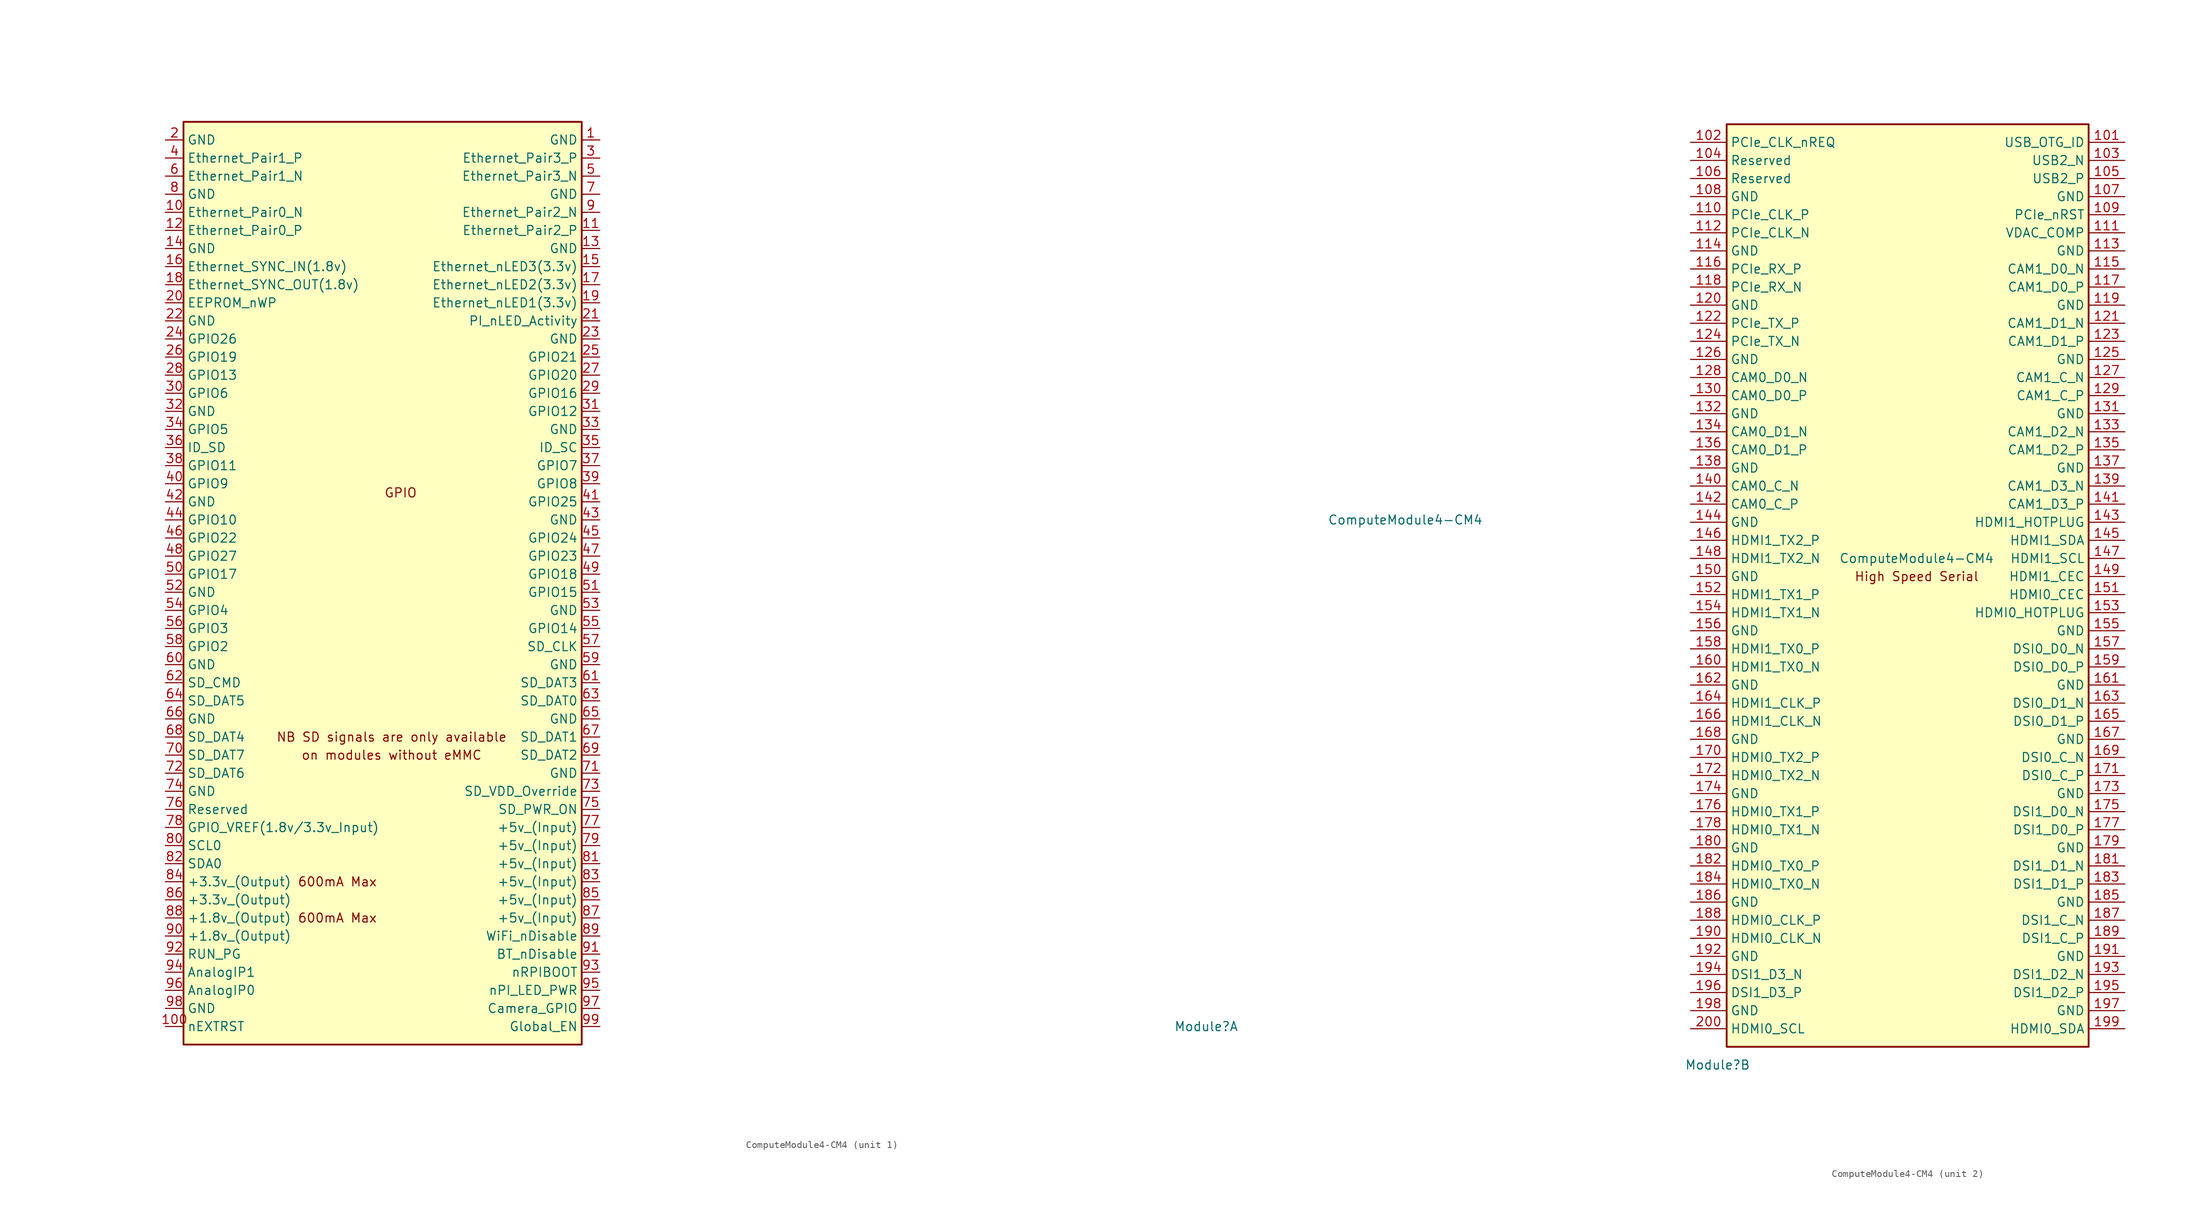
<source format=kicad_sym>
(kicad_symbol_lib
  (version 20201005)
  (generator kicad_symbol_editor)
  (symbol "PintryParts-Symbols:ComputeModule4-CM4"
    (property "Reference" "Module"
      (at 113.03 -68.58 0)
      (effects (font (size 1.27 1.27))))
    (property "Value" "ComputeModule4-CM4"
      (at 140.97 2.54 0)
      (effects (font (size 1.27 1.27))))
    (symbol "ComputeModule4-CM4_1_0"
      (text "GPIO" (at 0 6.35 0) (effects (font (size 1.27 1.27)))))
    (symbol "ComputeModule4-CM4_1_1"
      (text "600mA Max" (at -8.89 -53.34 0) (effects (font (size 1.27 1.27))))
      (text "600mA Max" (at -8.89 -48.26 0) (effects (font (size 1.27 1.27))))
      (text "NB SD signals are only available" (at -1.27 -27.94 0) (effects (font (size 1.27 1.27))))
      (text "on modules without eMMC" (at -1.27 -30.48 0) (effects (font (size 1.27 1.27))))
      (rectangle (start -30.48 -71.12) (end 25.4 58.42) (stroke (width 0.254)) (fill (type background)))
      (pin power_in line (at 27.94 55.88 180) (length 2.54) (name "GND" (effects (font (size 1.27 1.27)))) (number "1" (effects (font (size 1.27 1.27)))))
      (pin passive line (at -33.02 45.72 0) (length 2.54) (name "Ethernet_Pair0_N" (effects (font (size 1.27 1.27)))) (number "10" (effects (font (size 1.27 1.27)))))
      (pin output line (at -33.02 -68.58 0) (length 2.54) (name "nEXTRST" (effects (font (size 1.27 1.27)))) (number "100" (effects (font (size 1.27 1.27)))))
      (pin passive line (at 27.94 43.18 180) (length 2.54) (name "Ethernet_Pair2_P" (effects (font (size 1.27 1.27)))) (number "11" (effects (font (size 1.27 1.27)))))
      (pin passive line (at -33.02 43.18 0) (length 2.54) (name "Ethernet_Pair0_P" (effects (font (size 1.27 1.27)))) (number "12" (effects (font (size 1.27 1.27)))))
      (pin power_in line (at 27.94 40.64 180) (length 2.54) (name "GND" (effects (font (size 1.27 1.27)))) (number "13" (effects (font (size 1.27 1.27)))))
      (pin power_in line (at -33.02 40.64 0) (length 2.54) (name "GND" (effects (font (size 1.27 1.27)))) (number "14" (effects (font (size 1.27 1.27)))))
      (pin output line (at 27.94 38.1 180) (length 2.54) (name "Ethernet_nLED3(3.3v)" (effects (font (size 1.27 1.27)))) (number "15" (effects (font (size 1.27 1.27)))))
      (pin input line (at -33.02 38.1 0) (length 2.54) (name "Ethernet_SYNC_IN(1.8v)" (effects (font (size 1.27 1.27)))) (number "16" (effects (font (size 1.27 1.27)))))
      (pin output line (at 27.94 35.56 180) (length 2.54) (name "Ethernet_nLED2(3.3v)" (effects (font (size 1.27 1.27)))) (number "17" (effects (font (size 1.27 1.27)))))
      (pin input line (at -33.02 35.56 0) (length 2.54) (name "Ethernet_SYNC_OUT(1.8v)" (effects (font (size 1.27 1.27)))) (number "18" (effects (font (size 1.27 1.27)))))
      (pin output line (at 27.94 33.02 180) (length 2.54) (name "Ethernet_nLED1(3.3v)" (effects (font (size 1.27 1.27)))) (number "19" (effects (font (size 1.27 1.27)))))
      (pin power_in line (at -33.02 55.88 0) (length 2.54) (name "GND" (effects (font (size 1.27 1.27)))) (number "2" (effects (font (size 1.27 1.27)))))
      (pin passive line (at -33.02 33.02 0) (length 2.54) (name "EEPROM_nWP" (effects (font (size 1.27 1.27)))) (number "20" (effects (font (size 1.27 1.27)))))
      (pin open_collector line (at 27.94 30.48 180) (length 2.54) (name "PI_nLED_Activity" (effects (font (size 1.27 1.27)))) (number "21" (effects (font (size 1.27 1.27)))))
      (pin power_in line (at -33.02 30.48 0) (length 2.54) (name "GND" (effects (font (size 1.27 1.27)))) (number "22" (effects (font (size 1.27 1.27)))))
      (pin power_in line (at 27.94 27.94 180) (length 2.54) (name "GND" (effects (font (size 1.27 1.27)))) (number "23" (effects (font (size 1.27 1.27)))))
      (pin passive line (at -33.02 27.94 0) (length 2.54) (name "GPIO26" (effects (font (size 1.27 1.27)))) (number "24" (effects (font (size 1.27 1.27)))))
      (pin passive line (at 27.94 25.4 180) (length 2.54) (name "GPIO21" (effects (font (size 1.27 1.27)))) (number "25" (effects (font (size 1.27 1.27)))))
      (pin passive line (at -33.02 25.4 0) (length 2.54) (name "GPIO19" (effects (font (size 1.27 1.27)))) (number "26" (effects (font (size 1.27 1.27)))))
      (pin passive line (at 27.94 22.86 180) (length 2.54) (name "GPIO20" (effects (font (size 1.27 1.27)))) (number "27" (effects (font (size 1.27 1.27)))))
      (pin passive line (at -33.02 22.86 0) (length 2.54) (name "GPIO13" (effects (font (size 1.27 1.27)))) (number "28" (effects (font (size 1.27 1.27)))))
      (pin passive line (at 27.94 20.32 180) (length 2.54) (name "GPIO16" (effects (font (size 1.27 1.27)))) (number "29" (effects (font (size 1.27 1.27)))))
      (pin passive line (at 27.94 53.34 180) (length 2.54) (name "Ethernet_Pair3_P" (effects (font (size 1.27 1.27)))) (number "3" (effects (font (size 1.27 1.27)))))
      (pin passive line (at -33.02 20.32 0) (length 2.54) (name "GPIO6" (effects (font (size 1.27 1.27)))) (number "30" (effects (font (size 1.27 1.27)))))
      (pin passive line (at 27.94 17.78 180) (length 2.54) (name "GPIO12" (effects (font (size 1.27 1.27)))) (number "31" (effects (font (size 1.27 1.27)))))
      (pin power_in line (at -33.02 17.78 0) (length 2.54) (name "GND" (effects (font (size 1.27 1.27)))) (number "32" (effects (font (size 1.27 1.27)))))
      (pin power_in line (at 27.94 15.24 180) (length 2.54) (name "GND" (effects (font (size 1.27 1.27)))) (number "33" (effects (font (size 1.27 1.27)))))
      (pin passive line (at -33.02 15.24 0) (length 2.54) (name "GPIO5" (effects (font (size 1.27 1.27)))) (number "34" (effects (font (size 1.27 1.27)))))
      (pin passive line (at 27.94 12.7 180) (length 2.54) (name "ID_SC" (effects (font (size 1.27 1.27)))) (number "35" (effects (font (size 1.27 1.27)))))
      (pin passive line (at -33.02 12.7 0) (length 2.54) (name "ID_SD" (effects (font (size 1.27 1.27)))) (number "36" (effects (font (size 1.27 1.27)))))
      (pin passive line (at 27.94 10.16 180) (length 2.54) (name "GPIO7" (effects (font (size 1.27 1.27)))) (number "37" (effects (font (size 1.27 1.27)))))
      (pin passive line (at -33.02 10.16 0) (length 2.54) (name "GPIO11" (effects (font (size 1.27 1.27)))) (number "38" (effects (font (size 1.27 1.27)))))
      (pin passive line (at 27.94 7.62 180) (length 2.54) (name "GPIO8" (effects (font (size 1.27 1.27)))) (number "39" (effects (font (size 1.27 1.27)))))
      (pin passive line (at -33.02 53.34 0) (length 2.54) (name "Ethernet_Pair1_P" (effects (font (size 1.27 1.27)))) (number "4" (effects (font (size 1.27 1.27)))))
      (pin passive line (at -33.02 7.62 0) (length 2.54) (name "GPIO9" (effects (font (size 1.27 1.27)))) (number "40" (effects (font (size 1.27 1.27)))))
      (pin passive line (at 27.94 5.08 180) (length 2.54) (name "GPIO25" (effects (font (size 1.27 1.27)))) (number "41" (effects (font (size 1.27 1.27)))))
      (pin power_in line (at -33.02 5.08 0) (length 2.54) (name "GND" (effects (font (size 1.27 1.27)))) (number "42" (effects (font (size 1.27 1.27)))))
      (pin power_in line (at 27.94 2.54 180) (length 2.54) (name "GND" (effects (font (size 1.27 1.27)))) (number "43" (effects (font (size 1.27 1.27)))))
      (pin passive line (at -33.02 2.54 0) (length 2.54) (name "GPIO10" (effects (font (size 1.27 1.27)))) (number "44" (effects (font (size 1.27 1.27)))))
      (pin passive line (at 27.94 0 180) (length 2.54) (name "GPIO24" (effects (font (size 1.27 1.27)))) (number "45" (effects (font (size 1.27 1.27)))))
      (pin passive line (at -33.02 0 0) (length 2.54) (name "GPIO22" (effects (font (size 1.27 1.27)))) (number "46" (effects (font (size 1.27 1.27)))))
      (pin passive line (at 27.94 -2.54 180) (length 2.54) (name "GPIO23" (effects (font (size 1.27 1.27)))) (number "47" (effects (font (size 1.27 1.27)))))
      (pin passive line (at -33.02 -2.54 0) (length 2.54) (name "GPIO27" (effects (font (size 1.27 1.27)))) (number "48" (effects (font (size 1.27 1.27)))))
      (pin passive line (at 27.94 -5.08 180) (length 2.54) (name "GPIO18" (effects (font (size 1.27 1.27)))) (number "49" (effects (font (size 1.27 1.27)))))
      (pin passive line (at 27.94 50.8 180) (length 2.54) (name "Ethernet_Pair3_N" (effects (font (size 1.27 1.27)))) (number "5" (effects (font (size 1.27 1.27)))))
      (pin passive line (at -33.02 -5.08 0) (length 2.54) (name "GPIO17" (effects (font (size 1.27 1.27)))) (number "50" (effects (font (size 1.27 1.27)))))
      (pin passive line (at 27.94 -7.62 180) (length 2.54) (name "GPIO15" (effects (font (size 1.27 1.27)))) (number "51" (effects (font (size 1.27 1.27)))))
      (pin power_in line (at -33.02 -7.62 0) (length 2.54) (name "GND" (effects (font (size 1.27 1.27)))) (number "52" (effects (font (size 1.27 1.27)))))
      (pin power_in line (at 27.94 -10.16 180) (length 2.54) (name "GND" (effects (font (size 1.27 1.27)))) (number "53" (effects (font (size 1.27 1.27)))))
      (pin passive line (at -33.02 -10.16 0) (length 2.54) (name "GPIO4" (effects (font (size 1.27 1.27)))) (number "54" (effects (font (size 1.27 1.27)))))
      (pin passive line (at 27.94 -12.7 180) (length 2.54) (name "GPIO14" (effects (font (size 1.27 1.27)))) (number "55" (effects (font (size 1.27 1.27)))))
      (pin passive line (at -33.02 -12.7 0) (length 2.54) (name "GPIO3" (effects (font (size 1.27 1.27)))) (number "56" (effects (font (size 1.27 1.27)))))
      (pin passive line (at 27.94 -15.24 180) (length 2.54) (name "SD_CLK" (effects (font (size 1.27 1.27)))) (number "57" (effects (font (size 1.27 1.27)))))
      (pin passive line (at -33.02 -15.24 0) (length 2.54) (name "GPIO2" (effects (font (size 1.27 1.27)))) (number "58" (effects (font (size 1.27 1.27)))))
      (pin power_in line (at 27.94 -17.78 180) (length 2.54) (name "GND" (effects (font (size 1.27 1.27)))) (number "59" (effects (font (size 1.27 1.27)))))
      (pin passive line (at -33.02 50.8 0) (length 2.54) (name "Ethernet_Pair1_N" (effects (font (size 1.27 1.27)))) (number "6" (effects (font (size 1.27 1.27)))))
      (pin power_in line (at -33.02 -17.78 0) (length 2.54) (name "GND" (effects (font (size 1.27 1.27)))) (number "60" (effects (font (size 1.27 1.27)))))
      (pin passive line (at 27.94 -20.32 180) (length 2.54) (name "SD_DAT3" (effects (font (size 1.27 1.27)))) (number "61" (effects (font (size 1.27 1.27)))))
      (pin passive line (at -33.02 -20.32 0) (length 2.54) (name "SD_CMD" (effects (font (size 1.27 1.27)))) (number "62" (effects (font (size 1.27 1.27)))))
      (pin passive line (at 27.94 -22.86 180) (length 2.54) (name "SD_DAT0" (effects (font (size 1.27 1.27)))) (number "63" (effects (font (size 1.27 1.27)))))
      (pin passive line (at -33.02 -22.86 0) (length 2.54) (name "SD_DAT5" (effects (font (size 1.27 1.27)))) (number "64" (effects (font (size 1.27 1.27)))))
      (pin power_in line (at 27.94 -25.4 180) (length 2.54) (name "GND" (effects (font (size 1.27 1.27)))) (number "65" (effects (font (size 1.27 1.27)))))
      (pin power_in line (at -33.02 -25.4 0) (length 2.54) (name "GND" (effects (font (size 1.27 1.27)))) (number "66" (effects (font (size 1.27 1.27)))))
      (pin passive line (at 27.94 -27.94 180) (length 2.54) (name "SD_DAT1" (effects (font (size 1.27 1.27)))) (number "67" (effects (font (size 1.27 1.27)))))
      (pin passive line (at -33.02 -27.94 0) (length 2.54) (name "SD_DAT4" (effects (font (size 1.27 1.27)))) (number "68" (effects (font (size 1.27 1.27)))))
      (pin passive line (at 27.94 -30.48 180) (length 2.54) (name "SD_DAT2" (effects (font (size 1.27 1.27)))) (number "69" (effects (font (size 1.27 1.27)))))
      (pin power_in line (at 27.94 48.26 180) (length 2.54) (name "GND" (effects (font (size 1.27 1.27)))) (number "7" (effects (font (size 1.27 1.27)))))
      (pin passive line (at -33.02 -30.48 0) (length 2.54) (name "SD_DAT7" (effects (font (size 1.27 1.27)))) (number "70" (effects (font (size 1.27 1.27)))))
      (pin power_in line (at 27.94 -33.02 180) (length 2.54) (name "GND" (effects (font (size 1.27 1.27)))) (number "71" (effects (font (size 1.27 1.27)))))
      (pin passive line (at -33.02 -33.02 0) (length 2.54) (name "SD_DAT6" (effects (font (size 1.27 1.27)))) (number "72" (effects (font (size 1.27 1.27)))))
      (pin input line (at 27.94 -35.56 180) (length 2.54) (name "SD_VDD_Override" (effects (font (size 1.27 1.27)))) (number "73" (effects (font (size 1.27 1.27)))))
      (pin power_in line (at -33.02 -35.56 0) (length 2.54) (name "GND" (effects (font (size 1.27 1.27)))) (number "74" (effects (font (size 1.27 1.27)))))
      (pin output line (at 27.94 -38.1 180) (length 2.54) (name "SD_PWR_ON" (effects (font (size 1.27 1.27)))) (number "75" (effects (font (size 1.27 1.27)))))
      (pin passive line (at -33.02 -38.1 0) (length 2.54) (name "Reserved" (effects (font (size 1.27 1.27)))) (number "76" (effects (font (size 1.27 1.27)))))
      (pin power_in line (at 27.94 -40.64 180) (length 2.54) (name "+5v_(Input)" (effects (font (size 1.27 1.27)))) (number "77" (effects (font (size 1.27 1.27)))))
      (pin power_in line (at -33.02 -40.64 0) (length 2.54) (name "GPIO_VREF(1.8v/3.3v_Input)" (effects (font (size 1.27 1.27)))) (number "78" (effects (font (size 1.27 1.27)))))
      (pin power_in line (at 27.94 -43.18 180) (length 2.54) (name "+5v_(Input)" (effects (font (size 1.27 1.27)))) (number "79" (effects (font (size 1.27 1.27)))))
      (pin power_in line (at -33.02 48.26 0) (length 2.54) (name "GND" (effects (font (size 1.27 1.27)))) (number "8" (effects (font (size 1.27 1.27)))))
      (pin passive line (at -33.02 -43.18 0) (length 2.54) (name "SCL0" (effects (font (size 1.27 1.27)))) (number "80" (effects (font (size 1.27 1.27)))))
      (pin power_in line (at 27.94 -45.72 180) (length 2.54) (name "+5v_(Input)" (effects (font (size 1.27 1.27)))) (number "81" (effects (font (size 1.27 1.27)))))
      (pin passive line (at -33.02 -45.72 0) (length 2.54) (name "SDA0" (effects (font (size 1.27 1.27)))) (number "82" (effects (font (size 1.27 1.27)))))
      (pin power_in line (at 27.94 -48.26 180) (length 2.54) (name "+5v_(Input)" (effects (font (size 1.27 1.27)))) (number "83" (effects (font (size 1.27 1.27)))))
      (pin power_out line (at -33.02 -48.26 0) (length 2.54) (name "+3.3v_(Output)" (effects (font (size 1.27 1.27)))) (number "84" (effects (font (size 1.27 1.27)))))
      (pin power_in line (at 27.94 -50.8 180) (length 2.54) (name "+5v_(Input)" (effects (font (size 1.27 1.27)))) (number "85" (effects (font (size 1.27 1.27)))))
      (pin power_out line (at -33.02 -50.8 0) (length 2.54) (name "+3.3v_(Output)" (effects (font (size 1.27 1.27)))) (number "86" (effects (font (size 1.27 1.27)))))
      (pin power_in line (at 27.94 -53.34 180) (length 2.54) (name "+5v_(Input)" (effects (font (size 1.27 1.27)))) (number "87" (effects (font (size 1.27 1.27)))))
      (pin power_out line (at -33.02 -53.34 0) (length 2.54) (name "+1.8v_(Output)" (effects (font (size 1.27 1.27)))) (number "88" (effects (font (size 1.27 1.27)))))
      (pin power_in line (at 27.94 -55.88 180) (length 2.54) (name "WiFi_nDisable" (effects (font (size 1.27 1.27)))) (number "89" (effects (font (size 1.27 1.27)))))
      (pin passive line (at 27.94 45.72 180) (length 2.54) (name "Ethernet_Pair2_N" (effects (font (size 1.27 1.27)))) (number "9" (effects (font (size 1.27 1.27)))))
      (pin power_out line (at -33.02 -55.88 0) (length 2.54) (name "+1.8v_(Output)" (effects (font (size 1.27 1.27)))) (number "90" (effects (font (size 1.27 1.27)))))
      (pin power_in line (at 27.94 -58.42 180) (length 2.54) (name "BT_nDisable" (effects (font (size 1.27 1.27)))) (number "91" (effects (font (size 1.27 1.27)))))
      (pin passive line (at -33.02 -58.42 0) (length 2.54) (name "RUN_PG" (effects (font (size 1.27 1.27)))) (number "92" (effects (font (size 1.27 1.27)))))
      (pin input line (at 27.94 -60.96 180) (length 2.54) (name "nRPIBOOT" (effects (font (size 1.27 1.27)))) (number "93" (effects (font (size 1.27 1.27)))))
      (pin passive line (at -33.02 -60.96 0) (length 2.54) (name "AnalogIP1" (effects (font (size 1.27 1.27)))) (number "94" (effects (font (size 1.27 1.27)))))
      (pin output line (at 27.94 -63.5 180) (length 2.54) (name "nPI_LED_PWR" (effects (font (size 1.27 1.27)))) (number "95" (effects (font (size 1.27 1.27)))))
      (pin passive line (at -33.02 -63.5 0) (length 2.54) (name "AnalogIP0" (effects (font (size 1.27 1.27)))) (number "96" (effects (font (size 1.27 1.27)))))
      (pin passive line (at 27.94 -66.04 180) (length 2.54) (name "Camera_GPIO" (effects (font (size 1.27 1.27)))) (number "97" (effects (font (size 1.27 1.27)))))
      (pin power_in line (at -33.02 -66.04 0) (length 2.54) (name "GND" (effects (font (size 1.27 1.27)))) (number "98" (effects (font (size 1.27 1.27)))))
      (pin input line (at 27.94 -68.58 180) (length 2.54) (name "Global_EN" (effects (font (size 1.27 1.27)))) (number "99" (effects (font (size 1.27 1.27))))))
    (symbol "ComputeModule4-CM4_2_1"
      (text "High Speed Serial" (at 140.97 0 0) (effects (font (size 1.27 1.27))))
      (rectangle (start 114.3 -66.04) (end 165.1 63.5) (stroke (width 0.254)) (fill (type background)))
      (pin input line (at 170.18 60.96 180) (length 5.08) (name "USB_OTG_ID" (effects (font (size 1.27 1.27)))) (number "101" (effects (font (size 1.27 1.27)))))
      (pin input line (at 109.22 60.96 0) (length 5.08) (name "PCIe_CLK_nREQ" (effects (font (size 1.27 1.27)))) (number "102" (effects (font (size 1.27 1.27)))))
      (pin passive line (at 170.18 58.42 180) (length 5.08) (name "USB2_N" (effects (font (size 1.27 1.27)))) (number "103" (effects (font (size 1.27 1.27)))))
      (pin passive line (at 109.22 58.42 0) (length 5.08) (name "Reserved" (effects (font (size 1.27 1.27)))) (number "104" (effects (font (size 1.27 1.27)))))
      (pin passive line (at 170.18 55.88 180) (length 5.08) (name "USB2_P" (effects (font (size 1.27 1.27)))) (number "105" (effects (font (size 1.27 1.27)))))
      (pin passive line (at 109.22 55.88 0) (length 5.08) (name "Reserved" (effects (font (size 1.27 1.27)))) (number "106" (effects (font (size 1.27 1.27)))))
      (pin power_in line (at 170.18 53.34 180) (length 5.08) (name "GND" (effects (font (size 1.27 1.27)))) (number "107" (effects (font (size 1.27 1.27)))))
      (pin power_in line (at 109.22 53.34 0) (length 5.08) (name "GND" (effects (font (size 1.27 1.27)))) (number "108" (effects (font (size 1.27 1.27)))))
      (pin bidirectional line (at 170.18 50.8 180) (length 5.08) (name "PCIe_nRST" (effects (font (size 1.27 1.27)))) (number "109" (effects (font (size 1.27 1.27)))))
      (pin output line (at 109.22 50.8 0) (length 5.08) (name "PCIe_CLK_P" (effects (font (size 1.27 1.27)))) (number "110" (effects (font (size 1.27 1.27)))))
      (pin passive line (at 170.18 48.26 180) (length 5.08) (name "VDAC_COMP" (effects (font (size 1.27 1.27)))) (number "111" (effects (font (size 1.27 1.27)))))
      (pin output line (at 109.22 48.26 0) (length 5.08) (name "PCIe_CLK_N" (effects (font (size 1.27 1.27)))) (number "112" (effects (font (size 1.27 1.27)))))
      (pin power_in line (at 170.18 45.72 180) (length 5.08) (name "GND" (effects (font (size 1.27 1.27)))) (number "113" (effects (font (size 1.27 1.27)))))
      (pin power_in line (at 109.22 45.72 0) (length 5.08) (name "GND" (effects (font (size 1.27 1.27)))) (number "114" (effects (font (size 1.27 1.27)))))
      (pin input line (at 170.18 43.18 180) (length 5.08) (name "CAM1_D0_N" (effects (font (size 1.27 1.27)))) (number "115" (effects (font (size 1.27 1.27)))))
      (pin input line (at 109.22 43.18 0) (length 5.08) (name "PCIe_RX_P" (effects (font (size 1.27 1.27)))) (number "116" (effects (font (size 1.27 1.27)))))
      (pin input line (at 170.18 40.64 180) (length 5.08) (name "CAM1_D0_P" (effects (font (size 1.27 1.27)))) (number "117" (effects (font (size 1.27 1.27)))))
      (pin input line (at 109.22 40.64 0) (length 5.08) (name "PCIe_RX_N" (effects (font (size 1.27 1.27)))) (number "118" (effects (font (size 1.27 1.27)))))
      (pin power_in line (at 170.18 38.1 180) (length 5.08) (name "GND" (effects (font (size 1.27 1.27)))) (number "119" (effects (font (size 1.27 1.27)))))
      (pin power_in line (at 109.22 38.1 0) (length 5.08) (name "GND" (effects (font (size 1.27 1.27)))) (number "120" (effects (font (size 1.27 1.27)))))
      (pin input line (at 170.18 35.56 180) (length 5.08) (name "CAM1_D1_N" (effects (font (size 1.27 1.27)))) (number "121" (effects (font (size 1.27 1.27)))))
      (pin output line (at 109.22 35.56 0) (length 5.08) (name "PCIe_TX_P" (effects (font (size 1.27 1.27)))) (number "122" (effects (font (size 1.27 1.27)))))
      (pin input line (at 170.18 33.02 180) (length 5.08) (name "CAM1_D1_P" (effects (font (size 1.27 1.27)))) (number "123" (effects (font (size 1.27 1.27)))))
      (pin output line (at 109.22 33.02 0) (length 5.08) (name "PCIe_TX_N" (effects (font (size 1.27 1.27)))) (number "124" (effects (font (size 1.27 1.27)))))
      (pin power_in line (at 170.18 30.48 180) (length 5.08) (name "GND" (effects (font (size 1.27 1.27)))) (number "125" (effects (font (size 1.27 1.27)))))
      (pin power_in line (at 109.22 30.48 0) (length 5.08) (name "GND" (effects (font (size 1.27 1.27)))) (number "126" (effects (font (size 1.27 1.27)))))
      (pin input line (at 170.18 27.94 180) (length 5.08) (name "CAM1_C_N" (effects (font (size 1.27 1.27)))) (number "127" (effects (font (size 1.27 1.27)))))
      (pin input line (at 109.22 27.94 0) (length 5.08) (name "CAM0_D0_N" (effects (font (size 1.27 1.27)))) (number "128" (effects (font (size 1.27 1.27)))))
      (pin input line (at 170.18 25.4 180) (length 5.08) (name "CAM1_C_P" (effects (font (size 1.27 1.27)))) (number "129" (effects (font (size 1.27 1.27)))))
      (pin input line (at 109.22 25.4 0) (length 5.08) (name "CAM0_D0_P" (effects (font (size 1.27 1.27)))) (number "130" (effects (font (size 1.27 1.27)))))
      (pin power_in line (at 170.18 22.86 180) (length 5.08) (name "GND" (effects (font (size 1.27 1.27)))) (number "131" (effects (font (size 1.27 1.27)))))
      (pin power_in line (at 109.22 22.86 0) (length 5.08) (name "GND" (effects (font (size 1.27 1.27)))) (number "132" (effects (font (size 1.27 1.27)))))
      (pin input line (at 170.18 20.32 180) (length 5.08) (name "CAM1_D2_N" (effects (font (size 1.27 1.27)))) (number "133" (effects (font (size 1.27 1.27)))))
      (pin input line (at 109.22 20.32 0) (length 5.08) (name "CAM0_D1_N" (effects (font (size 1.27 1.27)))) (number "134" (effects (font (size 1.27 1.27)))))
      (pin input line (at 170.18 17.78 180) (length 5.08) (name "CAM1_D2_P" (effects (font (size 1.27 1.27)))) (number "135" (effects (font (size 1.27 1.27)))))
      (pin input line (at 109.22 17.78 0) (length 5.08) (name "CAM0_D1_P" (effects (font (size 1.27 1.27)))) (number "136" (effects (font (size 1.27 1.27)))))
      (pin power_in line (at 170.18 15.24 180) (length 5.08) (name "GND" (effects (font (size 1.27 1.27)))) (number "137" (effects (font (size 1.27 1.27)))))
      (pin power_in line (at 109.22 15.24 0) (length 5.08) (name "GND" (effects (font (size 1.27 1.27)))) (number "138" (effects (font (size 1.27 1.27)))))
      (pin input line (at 170.18 12.7 180) (length 5.08) (name "CAM1_D3_N" (effects (font (size 1.27 1.27)))) (number "139" (effects (font (size 1.27 1.27)))))
      (pin input line (at 109.22 12.7 0) (length 5.08) (name "CAM0_C_N" (effects (font (size 1.27 1.27)))) (number "140" (effects (font (size 1.27 1.27)))))
      (pin input line (at 170.18 10.16 180) (length 5.08) (name "CAM1_D3_P" (effects (font (size 1.27 1.27)))) (number "141" (effects (font (size 1.27 1.27)))))
      (pin input line (at 109.22 10.16 0) (length 5.08) (name "CAM0_C_P" (effects (font (size 1.27 1.27)))) (number "142" (effects (font (size 1.27 1.27)))))
      (pin input line (at 170.18 7.62 180) (length 5.08) (name "HDMI1_HOTPLUG" (effects (font (size 1.27 1.27)))) (number "143" (effects (font (size 1.27 1.27)))))
      (pin power_in line (at 109.22 7.62 0) (length 5.08) (name "GND" (effects (font (size 1.27 1.27)))) (number "144" (effects (font (size 1.27 1.27)))))
      (pin bidirectional line (at 170.18 5.08 180) (length 5.08) (name "HDMI1_SDA" (effects (font (size 1.27 1.27)))) (number "145" (effects (font (size 1.27 1.27)))))
      (pin output line (at 109.22 5.08 0) (length 5.08) (name "HDMI1_TX2_P" (effects (font (size 1.27 1.27)))) (number "146" (effects (font (size 1.27 1.27)))))
      (pin open_collector line (at 170.18 2.54 180) (length 5.08) (name "HDMI1_SCL" (effects (font (size 1.27 1.27)))) (number "147" (effects (font (size 1.27 1.27)))))
      (pin output line (at 109.22 2.54 0) (length 5.08) (name "HDMI1_TX2_N" (effects (font (size 1.27 1.27)))) (number "148" (effects (font (size 1.27 1.27)))))
      (pin open_collector line (at 170.18 0 180) (length 5.08) (name "HDMI1_CEC" (effects (font (size 1.27 1.27)))) (number "149" (effects (font (size 1.27 1.27)))))
      (pin power_in line (at 109.22 0 0) (length 5.08) (name "GND" (effects (font (size 1.27 1.27)))) (number "150" (effects (font (size 1.27 1.27)))))
      (pin open_collector line (at 170.18 -2.54 180) (length 5.08) (name "HDMI0_CEC" (effects (font (size 1.27 1.27)))) (number "151" (effects (font (size 1.27 1.27)))))
      (pin output line (at 109.22 -2.54 0) (length 5.08) (name "HDMI1_TX1_P" (effects (font (size 1.27 1.27)))) (number "152" (effects (font (size 1.27 1.27)))))
      (pin input line (at 170.18 -5.08 180) (length 5.08) (name "HDMI0_HOTPLUG" (effects (font (size 1.27 1.27)))) (number "153" (effects (font (size 1.27 1.27)))))
      (pin output line (at 109.22 -5.08 0) (length 5.08) (name "HDMI1_TX1_N" (effects (font (size 1.27 1.27)))) (number "154" (effects (font (size 1.27 1.27)))))
      (pin power_in line (at 170.18 -7.62 180) (length 5.08) (name "GND" (effects (font (size 1.27 1.27)))) (number "155" (effects (font (size 1.27 1.27)))))
      (pin power_in line (at 109.22 -7.62 0) (length 5.08) (name "GND" (effects (font (size 1.27 1.27)))) (number "156" (effects (font (size 1.27 1.27)))))
      (pin output line (at 170.18 -10.16 180) (length 5.08) (name "DSI0_D0_N" (effects (font (size 1.27 1.27)))) (number "157" (effects (font (size 1.27 1.27)))))
      (pin output line (at 109.22 -10.16 0) (length 5.08) (name "HDMI1_TX0_P" (effects (font (size 1.27 1.27)))) (number "158" (effects (font (size 1.27 1.27)))))
      (pin output line (at 170.18 -12.7 180) (length 5.08) (name "DSI0_D0_P" (effects (font (size 1.27 1.27)))) (number "159" (effects (font (size 1.27 1.27)))))
      (pin output line (at 109.22 -12.7 0) (length 5.08) (name "HDMI1_TX0_N" (effects (font (size 1.27 1.27)))) (number "160" (effects (font (size 1.27 1.27)))))
      (pin power_in line (at 170.18 -15.24 180) (length 5.08) (name "GND" (effects (font (size 1.27 1.27)))) (number "161" (effects (font (size 1.27 1.27)))))
      (pin power_in line (at 109.22 -15.24 0) (length 5.08) (name "GND" (effects (font (size 1.27 1.27)))) (number "162" (effects (font (size 1.27 1.27)))))
      (pin output line (at 170.18 -17.78 180) (length 5.08) (name "DSI0_D1_N" (effects (font (size 1.27 1.27)))) (number "163" (effects (font (size 1.27 1.27)))))
      (pin output line (at 109.22 -17.78 0) (length 5.08) (name "HDMI1_CLK_P" (effects (font (size 1.27 1.27)))) (number "164" (effects (font (size 1.27 1.27)))))
      (pin output line (at 170.18 -20.32 180) (length 5.08) (name "DSI0_D1_P" (effects (font (size 1.27 1.27)))) (number "165" (effects (font (size 1.27 1.27)))))
      (pin output line (at 109.22 -20.32 0) (length 5.08) (name "HDMI1_CLK_N" (effects (font (size 1.27 1.27)))) (number "166" (effects (font (size 1.27 1.27)))))
      (pin power_in line (at 170.18 -22.86 180) (length 5.08) (name "GND" (effects (font (size 1.27 1.27)))) (number "167" (effects (font (size 1.27 1.27)))))
      (pin power_in line (at 109.22 -22.86 0) (length 5.08) (name "GND" (effects (font (size 1.27 1.27)))) (number "168" (effects (font (size 1.27 1.27)))))
      (pin output line (at 170.18 -25.4 180) (length 5.08) (name "DSI0_C_N" (effects (font (size 1.27 1.27)))) (number "169" (effects (font (size 1.27 1.27)))))
      (pin output line (at 109.22 -25.4 0) (length 5.08) (name "HDMI0_TX2_P" (effects (font (size 1.27 1.27)))) (number "170" (effects (font (size 1.27 1.27)))))
      (pin output line (at 170.18 -27.94 180) (length 5.08) (name "DSI0_C_P" (effects (font (size 1.27 1.27)))) (number "171" (effects (font (size 1.27 1.27)))))
      (pin output line (at 109.22 -27.94 0) (length 5.08) (name "HDMI0_TX2_N" (effects (font (size 1.27 1.27)))) (number "172" (effects (font (size 1.27 1.27)))))
      (pin power_in line (at 170.18 -30.48 180) (length 5.08) (name "GND" (effects (font (size 1.27 1.27)))) (number "173" (effects (font (size 1.27 1.27)))))
      (pin power_in line (at 109.22 -30.48 0) (length 5.08) (name "GND" (effects (font (size 1.27 1.27)))) (number "174" (effects (font (size 1.27 1.27)))))
      (pin output line (at 170.18 -33.02 180) (length 5.08) (name "DSI1_D0_N" (effects (font (size 1.27 1.27)))) (number "175" (effects (font (size 1.27 1.27)))))
      (pin output line (at 109.22 -33.02 0) (length 5.08) (name "HDMI0_TX1_P" (effects (font (size 1.27 1.27)))) (number "176" (effects (font (size 1.27 1.27)))))
      (pin output line (at 170.18 -35.56 180) (length 5.08) (name "DSI1_D0_P" (effects (font (size 1.27 1.27)))) (number "177" (effects (font (size 1.27 1.27)))))
      (pin output line (at 109.22 -35.56 0) (length 5.08) (name "HDMI0_TX1_N" (effects (font (size 1.27 1.27)))) (number "178" (effects (font (size 1.27 1.27)))))
      (pin power_in line (at 170.18 -38.1 180) (length 5.08) (name "GND" (effects (font (size 1.27 1.27)))) (number "179" (effects (font (size 1.27 1.27)))))
      (pin power_in line (at 109.22 -38.1 0) (length 5.08) (name "GND" (effects (font (size 1.27 1.27)))) (number "180" (effects (font (size 1.27 1.27)))))
      (pin output line (at 170.18 -40.64 180) (length 5.08) (name "DSI1_D1_N" (effects (font (size 1.27 1.27)))) (number "181" (effects (font (size 1.27 1.27)))))
      (pin output line (at 109.22 -40.64 0) (length 5.08) (name "HDMI0_TX0_P" (effects (font (size 1.27 1.27)))) (number "182" (effects (font (size 1.27 1.27)))))
      (pin output line (at 170.18 -43.18 180) (length 5.08) (name "DSI1_D1_P" (effects (font (size 1.27 1.27)))) (number "183" (effects (font (size 1.27 1.27)))))
      (pin output line (at 109.22 -43.18 0) (length 5.08) (name "HDMI0_TX0_N" (effects (font (size 1.27 1.27)))) (number "184" (effects (font (size 1.27 1.27)))))
      (pin power_in line (at 170.18 -45.72 180) (length 5.08) (name "GND" (effects (font (size 1.27 1.27)))) (number "185" (effects (font (size 1.27 1.27)))))
      (pin power_in line (at 109.22 -45.72 0) (length 5.08) (name "GND" (effects (font (size 1.27 1.27)))) (number "186" (effects (font (size 1.27 1.27)))))
      (pin output line (at 170.18 -48.26 180) (length 5.08) (name "DSI1_C_N" (effects (font (size 1.27 1.27)))) (number "187" (effects (font (size 1.27 1.27)))))
      (pin output line (at 109.22 -48.26 0) (length 5.08) (name "HDMI0_CLK_P" (effects (font (size 1.27 1.27)))) (number "188" (effects (font (size 1.27 1.27)))))
      (pin output line (at 170.18 -50.8 180) (length 5.08) (name "DSI1_C_P" (effects (font (size 1.27 1.27)))) (number "189" (effects (font (size 1.27 1.27)))))
      (pin output line (at 109.22 -50.8 0) (length 5.08) (name "HDMI0_CLK_N" (effects (font (size 1.27 1.27)))) (number "190" (effects (font (size 1.27 1.27)))))
      (pin power_in line (at 170.18 -53.34 180) (length 5.08) (name "GND" (effects (font (size 1.27 1.27)))) (number "191" (effects (font (size 1.27 1.27)))))
      (pin power_in line (at 109.22 -53.34 0) (length 5.08) (name "GND" (effects (font (size 1.27 1.27)))) (number "192" (effects (font (size 1.27 1.27)))))
      (pin output line (at 170.18 -55.88 180) (length 5.08) (name "DSI1_D2_N" (effects (font (size 1.27 1.27)))) (number "193" (effects (font (size 1.27 1.27)))))
      (pin output line (at 109.22 -55.88 0) (length 5.08) (name "DSI1_D3_N" (effects (font (size 1.27 1.27)))) (number "194" (effects (font (size 1.27 1.27)))))
      (pin output line (at 170.18 -58.42 180) (length 5.08) (name "DSI1_D2_P" (effects (font (size 1.27 1.27)))) (number "195" (effects (font (size 1.27 1.27)))))
      (pin output line (at 109.22 -58.42 0) (length 5.08) (name "DSI1_D3_P" (effects (font (size 1.27 1.27)))) (number "196" (effects (font (size 1.27 1.27)))))
      (pin power_in line (at 170.18 -60.96 180) (length 5.08) (name "GND" (effects (font (size 1.27 1.27)))) (number "197" (effects (font (size 1.27 1.27)))))
      (pin power_in line (at 109.22 -60.96 0) (length 5.08) (name "GND" (effects (font (size 1.27 1.27)))) (number "198" (effects (font (size 1.27 1.27)))))
      (pin bidirectional line (at 170.18 -63.5 180) (length 5.08) (name "HDMI0_SDA" (effects (font (size 1.27 1.27)))) (number "199" (effects (font (size 1.27 1.27)))))
      (pin open_collector line (at 109.22 -63.5 0) (length 5.08) (name "HDMI0_SCL" (effects (font (size 1.27 1.27)))) (number "200" (effects (font (size 1.27 1.27))))))))
</source>
